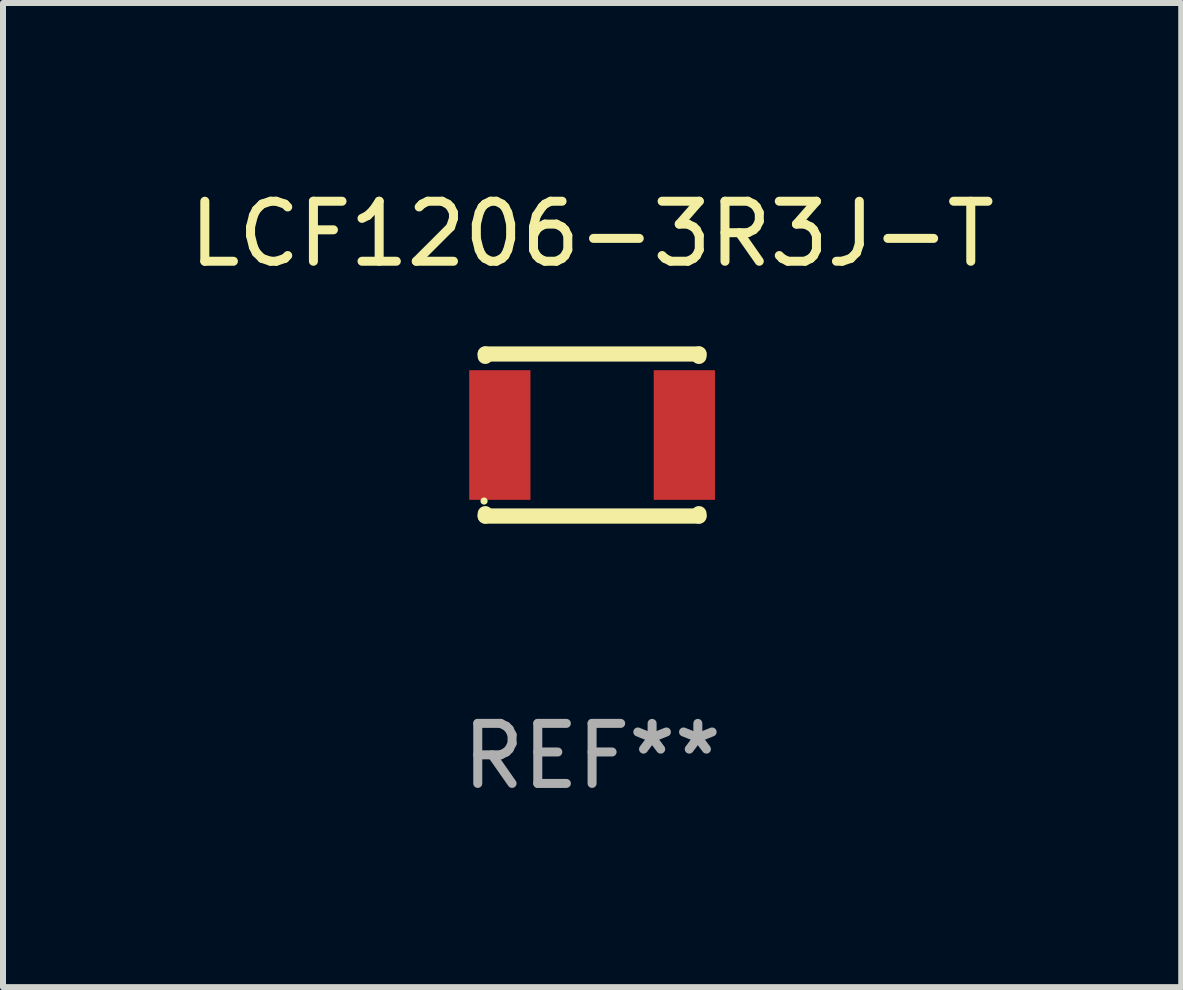
<source format=kicad_pcb>
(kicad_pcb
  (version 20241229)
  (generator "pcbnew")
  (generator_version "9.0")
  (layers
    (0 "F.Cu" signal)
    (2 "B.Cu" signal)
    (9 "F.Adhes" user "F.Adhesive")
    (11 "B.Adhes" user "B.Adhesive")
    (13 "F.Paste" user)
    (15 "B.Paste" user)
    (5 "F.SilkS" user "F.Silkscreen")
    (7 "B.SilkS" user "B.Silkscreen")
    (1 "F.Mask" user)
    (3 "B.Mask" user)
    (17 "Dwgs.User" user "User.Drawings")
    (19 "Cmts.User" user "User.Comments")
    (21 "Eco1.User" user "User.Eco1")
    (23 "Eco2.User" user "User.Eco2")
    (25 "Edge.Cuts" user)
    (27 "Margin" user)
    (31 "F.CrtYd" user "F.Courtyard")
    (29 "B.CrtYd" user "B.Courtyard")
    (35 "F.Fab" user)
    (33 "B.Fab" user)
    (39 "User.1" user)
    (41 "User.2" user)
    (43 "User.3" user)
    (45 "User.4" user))
  (footprint "LCF1206-3R3J-T"
    (layer "F.Cu")
    (at 6.815 4.198)
    (property "Reference" "LCF1206-3R3J-T" (at 0 -3.35 0) (layer "F.SilkS") (effects (font (size 1 1) (thickness 0.15))))
    (attr through_hole)
    (fp_line (start -1.78 -1.35) (end 1.78 -1.35) (stroke (width 0.254) (type solid)) (layer "F.SilkS"))
    (fp_line (start -1.78 -1.311) (end -1.78 -1.35) (stroke (width 0.254) (type solid)) (layer "F.SilkS"))
    (fp_line (start -1.78 1.35) (end -1.78 1.311) (stroke (width 0.254) (type solid)) (layer "F.SilkS"))
    (fp_line (start -1.78 1.35) (end 1.78 1.35) (stroke (width 0.254) (type solid)) (layer "F.SilkS"))
    (fp_line (start 1.78 -1.35) (end 1.78 -1.311) (stroke (width 0.254) (type solid)) (layer "F.SilkS"))
    (fp_line (start 1.78 1.311) (end 1.78 1.35) (stroke (width 0.254) (type solid)) (layer "F.SilkS"))
    (fp_circle (center -1.8 1.1) (end -1.77 1.1) (stroke (width 0.06) (type solid)) (fill no) (layer "F.SilkS"))
    (fp_text user "REF**" (at 0 5.35 0) (layer "F.Fab") (effects (font (size 1 1) (thickness 0.15))))
    (pad "1" smd rect (at -1.537 0 90) (size 2.16 1.02) (layers "F.Cu" "F.Mask" "F.Paste"))
    (pad "2" smd rect (at 1.537 0 90) (size 2.16 1.02) (layers "F.Cu" "F.Mask" "F.Paste")))
  (gr_rect
    (start -3 -3)
    (end 16.631 13.397)
    (stroke (width 0.1) (type default))
    (fill no)
    (layer "Edge.Cuts")))
</source>
